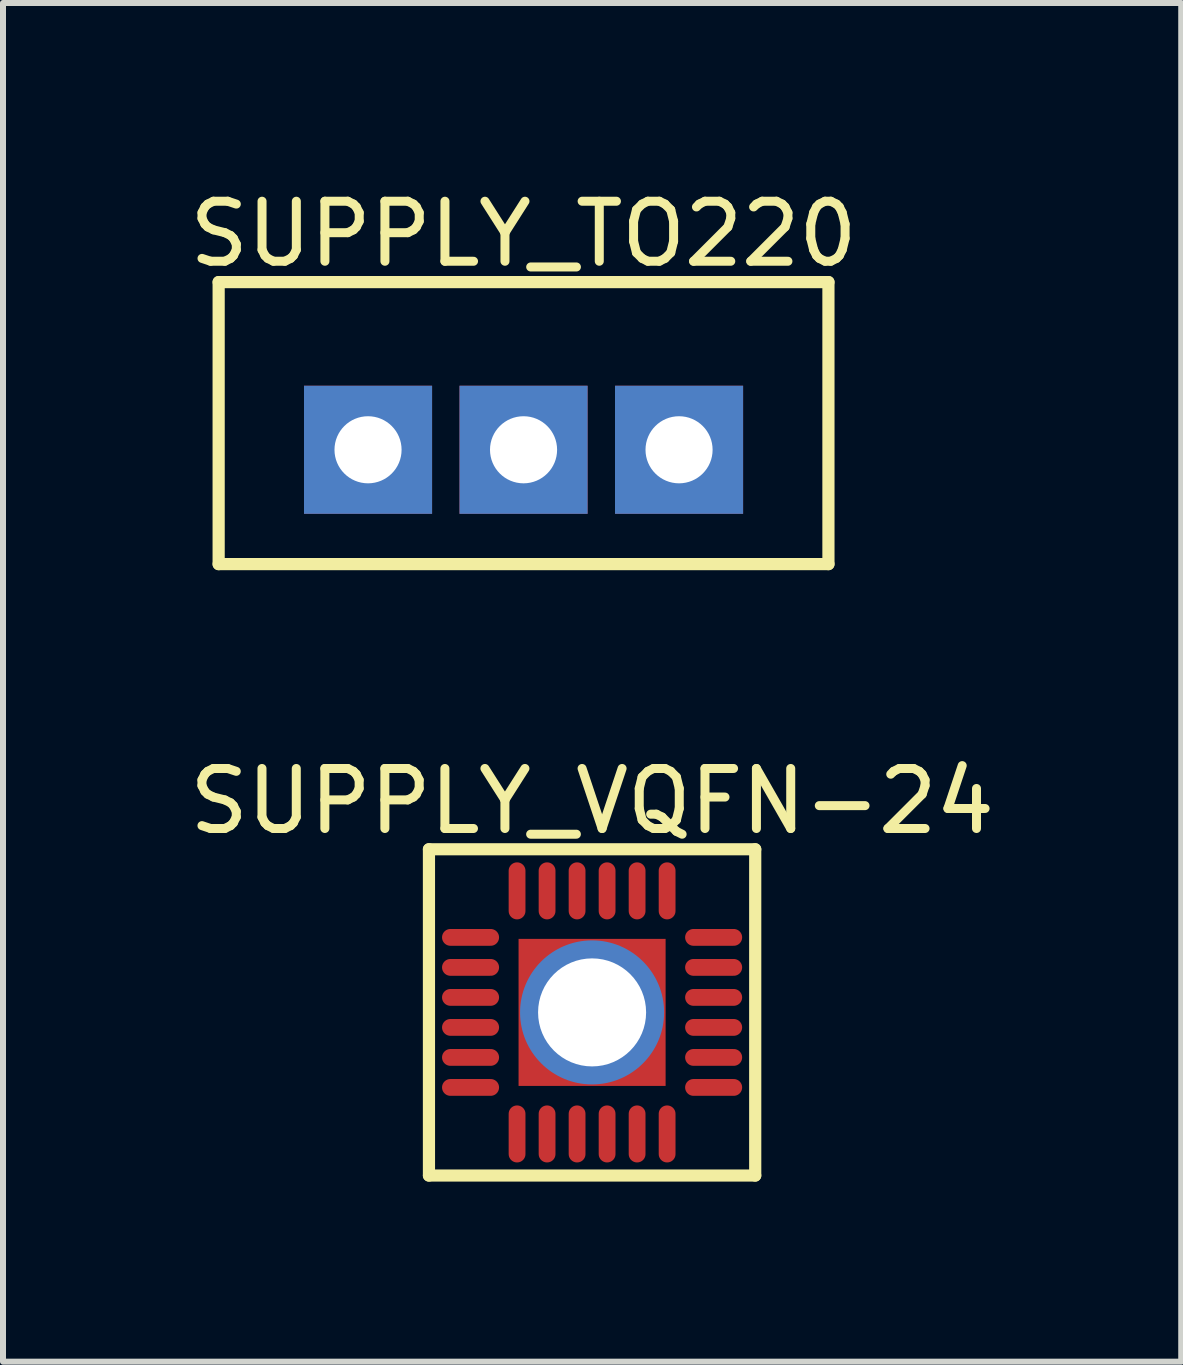
<source format=kicad_pcb>
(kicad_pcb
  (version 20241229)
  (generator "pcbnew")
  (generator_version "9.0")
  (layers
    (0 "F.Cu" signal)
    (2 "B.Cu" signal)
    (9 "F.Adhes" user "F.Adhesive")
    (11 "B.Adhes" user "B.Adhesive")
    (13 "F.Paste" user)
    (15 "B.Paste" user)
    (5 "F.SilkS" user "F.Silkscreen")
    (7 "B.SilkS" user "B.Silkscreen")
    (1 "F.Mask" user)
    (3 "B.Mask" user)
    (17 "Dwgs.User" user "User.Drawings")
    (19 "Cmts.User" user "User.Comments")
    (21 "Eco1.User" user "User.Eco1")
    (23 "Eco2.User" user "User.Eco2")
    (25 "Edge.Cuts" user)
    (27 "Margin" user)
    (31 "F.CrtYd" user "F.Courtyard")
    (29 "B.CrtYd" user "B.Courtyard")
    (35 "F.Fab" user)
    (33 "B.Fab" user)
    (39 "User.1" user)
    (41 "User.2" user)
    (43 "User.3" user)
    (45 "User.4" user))
  (footprint "SUPPLY_VQFN-24"
    (layer "F.Cu")
    (at 6.815 13.818)
    (property "Reference" "SUPPLY_VQFN-24" (at 0 -3.519 0) (layer "F.SilkS") (effects (font (size 1 1) (thickness 0.15))))
    (fp_line (start -2.718 -2.718) (end 2.718 -2.718) (stroke (width 0.203) (type solid)) (layer "F.SilkS"))
    (fp_line (start -2.718 2.718) (end -2.718 -2.718) (stroke (width 0.203) (type solid)) (layer "F.SilkS"))
    (fp_line (start -2.718 2.718) (end 2.718 2.718) (stroke (width 0.203) (type solid)) (layer "F.SilkS"))
    (fp_line (start 2.718 2.718) (end 2.718 -2.718) (stroke (width 0.203) (type solid)) (layer "F.SilkS"))
    (pad "1" smd oval (at -1.25 2.025) (size 0.28 0.95) (layers "F.Cu" "F.Mask" "F.Paste"))
    (pad "2" smd oval (at -0.75 2.025) (size 0.28 0.95) (layers "F.Cu" "F.Mask" "F.Paste"))
    (pad "3" smd oval (at -0.25 2.025) (size 0.28 0.95) (layers "F.Cu" "F.Mask" "F.Paste"))
    (pad "4" smd oval (at 0.25 2.025) (size 0.28 0.95) (layers "F.Cu" "F.Mask" "F.Paste"))
    (pad "5" smd oval (at 0.75 2.025) (size 0.28 0.95) (layers "F.Cu" "F.Mask" "F.Paste"))
    (pad "6" smd oval (at 1.25 2.025) (size 0.28 0.95) (layers "F.Cu" "F.Mask" "F.Paste"))
    (pad "7" smd oval (at 2.025 1.25 90) (size 0.28 0.95) (layers "F.Cu" "F.Mask" "F.Paste"))
    (pad "8" smd oval (at 2.025 0.75 90) (size 0.28 0.95) (layers "F.Cu" "F.Mask" "F.Paste"))
    (pad "9" smd oval (at 2.025 0.25 90) (size 0.28 0.95) (layers "F.Cu" "F.Mask" "F.Paste"))
    (pad "10" smd oval (at 2.025 -0.25 90) (size 0.28 0.95) (layers "F.Cu" "F.Mask" "F.Paste"))
    (pad "11" smd oval (at 2.025 -0.75 90) (size 0.28 0.95) (layers "F.Cu" "F.Mask" "F.Paste"))
    (pad "12" smd oval (at 2.025 -1.25 90) (size 0.28 0.95) (layers "F.Cu" "F.Mask" "F.Paste"))
    (pad "13" smd oval (at 1.25 -2.025 180) (size 0.28 0.95) (layers "F.Cu" "F.Mask" "F.Paste"))
    (pad "14" smd oval (at 0.75 -2.025 180) (size 0.28 0.95) (layers "F.Cu" "F.Mask" "F.Paste"))
    (pad "15" smd oval (at 0.25 -2.025 180) (size 0.28 0.95) (layers "F.Cu" "F.Mask" "F.Paste"))
    (pad "16" smd oval (at -0.25 -2.025 180) (size 0.28 0.95) (layers "F.Cu" "F.Mask" "F.Paste"))
    (pad "17" smd oval (at -0.75 -2.025 180) (size 0.28 0.95) (layers "F.Cu" "F.Mask" "F.Paste"))
    (pad "18" smd oval (at -1.25 -2.025 180) (size 0.28 0.95) (layers "F.Cu" "F.Mask" "F.Paste"))
    (pad "19" smd oval (at -2.025 -1.25 270) (size 0.28 0.95) (layers "F.Cu" "F.Mask" "F.Paste"))
    (pad "20" smd oval (at -2.025 -0.75 270) (size 0.28 0.95) (layers "F.Cu" "F.Mask" "F.Paste"))
    (pad "21" smd oval (at -2.025 -0.25 270) (size 0.28 0.95) (layers "F.Cu" "F.Mask" "F.Paste"))
    (pad "22" smd oval (at -2.025 0.25 270) (size 0.28 0.95) (layers "F.Cu" "F.Mask" "F.Paste"))
    (pad "23" smd oval (at -2.025 0.75 270) (size 0.28 0.95) (layers "F.Cu" "F.Mask" "F.Paste"))
    (pad "24" smd oval (at -2.025 1.25 270) (size 0.28 0.95) (layers "F.Cu" "F.Mask" "F.Paste"))
    (pad "25" thru_hole circle (at 0 0 270) (size 2.4 2.4) (drill 1.8) (layers "*.Cu" "*.Mask"))
    (pad "25" smd rect (at 0 0 270) (size 2.45 2.45) (layers "F.Cu" "F.Mask" "F.Paste")))
  (footprint "SUPPLY_TO220"
    (layer "F.Cu")
    (at 5.673 4.444)
    (property "Reference" "SUPPLY_TO220" (at 0 -3.596 0) (layer "F.SilkS") (effects (font (size 1 1) (thickness 0.15))))
    (fp_line (start -5.08 -2.794) (end 5.08 -2.794) (stroke (width 0.203) (type solid)) (layer "F.SilkS"))
    (fp_line (start -5.08 1.905) (end -5.08 -2.794) (stroke (width 0.203) (type solid)) (layer "F.SilkS"))
    (fp_line (start -5.08 1.905) (end 5.08 1.905) (stroke (width 0.203) (type solid)) (layer "F.SilkS"))
    (fp_line (start 5.08 1.905) (end 5.08 -2.794) (stroke (width 0.203) (type solid)) (layer "F.SilkS"))
    (pad "1" thru_hole rect (at -2.591 0) (size 2.134 2.134) (drill 1.118) (layers "*.Cu" "*.Mask"))
    (pad "2" thru_hole rect (at 0 0) (size 2.134 2.134) (drill 1.118) (layers "*.Cu" "*.Mask"))
    (pad "3" thru_hole rect (at 2.591 0) (size 2.134 2.134) (drill 1.118) (layers "*.Cu" "*.Mask")))
  (gr_rect
    (start -3 -3)
    (end 16.631 19.637)
    (stroke (width 0.1) (type default))
    (fill no)
    (layer "Edge.Cuts")))
</source>
